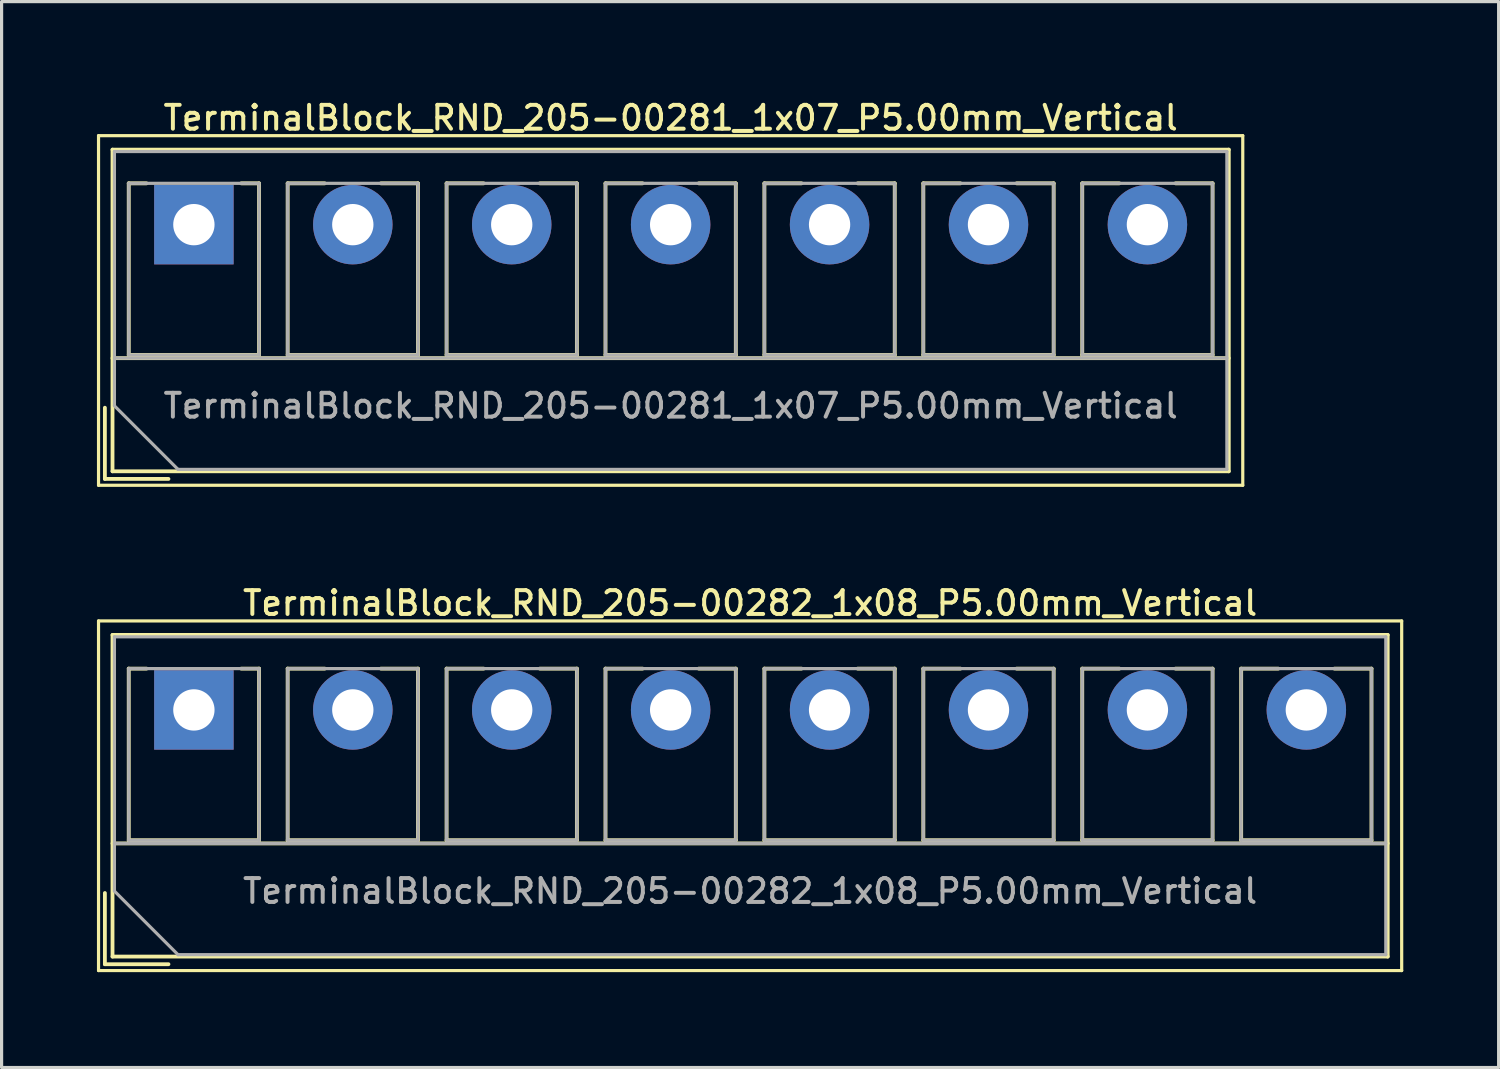
<source format=kicad_pcb>
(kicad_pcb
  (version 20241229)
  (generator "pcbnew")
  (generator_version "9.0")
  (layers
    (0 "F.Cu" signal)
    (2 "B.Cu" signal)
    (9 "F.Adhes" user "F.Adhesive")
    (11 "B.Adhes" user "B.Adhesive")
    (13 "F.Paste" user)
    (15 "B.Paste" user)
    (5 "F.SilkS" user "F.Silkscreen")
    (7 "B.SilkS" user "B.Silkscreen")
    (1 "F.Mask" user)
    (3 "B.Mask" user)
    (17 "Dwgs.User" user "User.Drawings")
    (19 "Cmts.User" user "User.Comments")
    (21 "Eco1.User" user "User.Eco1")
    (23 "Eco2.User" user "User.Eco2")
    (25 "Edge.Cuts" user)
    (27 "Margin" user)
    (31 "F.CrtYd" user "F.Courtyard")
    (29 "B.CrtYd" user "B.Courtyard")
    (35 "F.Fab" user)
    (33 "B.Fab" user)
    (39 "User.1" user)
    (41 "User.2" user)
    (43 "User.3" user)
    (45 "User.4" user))
  (footprint "TerminalBlock_RND_205-00281_1x07_P5.00mm_Vertical"
    (layer "F.Cu")
    (at 3.05 4.018)
    (property "Reference" "TerminalBlock_RND_205-00281_1x07_P5.00mm_Vertical" (at 15 -3.36 0) (layer "F.SilkS") (effects (font (size 0.75 0.75) (thickness 0.125))))
    (attr through_hole)
    (fp_line (start -3 -2.8) (end -3 8.2) (stroke (width 0.1) (type solid)) (layer "F.SilkS"))
    (fp_line (start -3 8.2) (end 33 8.2) (stroke (width 0.1) (type solid)) (layer "F.SilkS"))
    (fp_line (start -2.8 5.76) (end -2.8 8) (stroke (width 0.12) (type solid)) (layer "F.SilkS"))
    (fp_line (start -2.8 8) (end -0.8 8) (stroke (width 0.12) (type solid)) (layer "F.SilkS"))
    (fp_line (start -2.56 -2.36) (end -2.56 7.76) (stroke (width 0.12) (type solid)) (layer "F.SilkS"))
    (fp_line (start -2.56 -2.36) (end 32.56 -2.36) (stroke (width 0.12) (type solid)) (layer "F.SilkS"))
    (fp_line (start -2.56 4.2) (end 32.56 4.2) (stroke (width 0.12) (type solid)) (layer "F.SilkS"))
    (fp_line (start -2.56 7.76) (end 32.56 7.76) (stroke (width 0.12) (type solid)) (layer "F.SilkS"))
    (fp_line (start -2.05 -1.3) (end -2.05 4.1) (stroke (width 0.12) (type solid)) (layer "F.SilkS"))
    (fp_line (start -2.05 -1.3) (end -1.49 -1.3) (stroke (width 0.12) (type solid)) (layer "F.SilkS"))
    (fp_line (start -2.05 4.1) (end 2.05 4.1) (stroke (width 0.12) (type solid)) (layer "F.SilkS"))
    (fp_line (start 1.49 -1.3) (end 2.05 -1.3) (stroke (width 0.12) (type solid)) (layer "F.SilkS"))
    (fp_line (start 2.05 -1.3) (end 2.05 4.1) (stroke (width 0.12) (type solid)) (layer "F.SilkS"))
    (fp_line (start 2.95 -1.3) (end 2.95 4.1) (stroke (width 0.12) (type solid)) (layer "F.SilkS"))
    (fp_line (start 2.95 -1.3) (end 4.117 -1.3) (stroke (width 0.12) (type solid)) (layer "F.SilkS"))
    (fp_line (start 2.95 4.1) (end 7.05 4.1) (stroke (width 0.12) (type solid)) (layer "F.SilkS"))
    (fp_line (start 5.884 -1.3) (end 7.05 -1.3) (stroke (width 0.12) (type solid)) (layer "F.SilkS"))
    (fp_line (start 7.05 -1.3) (end 7.05 4.1) (stroke (width 0.12) (type solid)) (layer "F.SilkS"))
    (fp_line (start 7.95 -1.3) (end 7.95 4.1) (stroke (width 0.12) (type solid)) (layer "F.SilkS"))
    (fp_line (start 7.95 -1.3) (end 9.117 -1.3) (stroke (width 0.12) (type solid)) (layer "F.SilkS"))
    (fp_line (start 7.95 4.1) (end 12.05 4.1) (stroke (width 0.12) (type solid)) (layer "F.SilkS"))
    (fp_line (start 10.884 -1.3) (end 12.05 -1.3) (stroke (width 0.12) (type solid)) (layer "F.SilkS"))
    (fp_line (start 12.05 -1.3) (end 12.05 4.1) (stroke (width 0.12) (type solid)) (layer "F.SilkS"))
    (fp_line (start 12.95 -1.3) (end 12.95 4.1) (stroke (width 0.12) (type solid)) (layer "F.SilkS"))
    (fp_line (start 12.95 -1.3) (end 14.117 -1.3) (stroke (width 0.12) (type solid)) (layer "F.SilkS"))
    (fp_line (start 12.95 4.1) (end 17.05 4.1) (stroke (width 0.12) (type solid)) (layer "F.SilkS"))
    (fp_line (start 15.884 -1.3) (end 17.05 -1.3) (stroke (width 0.12) (type solid)) (layer "F.SilkS"))
    (fp_line (start 17.05 -1.3) (end 17.05 4.1) (stroke (width 0.12) (type solid)) (layer "F.SilkS"))
    (fp_line (start 17.95 -1.3) (end 17.95 4.1) (stroke (width 0.12) (type solid)) (layer "F.SilkS"))
    (fp_line (start 17.95 -1.3) (end 19.117 -1.3) (stroke (width 0.12) (type solid)) (layer "F.SilkS"))
    (fp_line (start 17.95 4.1) (end 22.05 4.1) (stroke (width 0.12) (type solid)) (layer "F.SilkS"))
    (fp_line (start 20.884 -1.3) (end 22.05 -1.3) (stroke (width 0.12) (type solid)) (layer "F.SilkS"))
    (fp_line (start 22.05 -1.3) (end 22.05 4.1) (stroke (width 0.12) (type solid)) (layer "F.SilkS"))
    (fp_line (start 22.95 -1.3) (end 22.95 4.1) (stroke (width 0.12) (type solid)) (layer "F.SilkS"))
    (fp_line (start 22.95 -1.3) (end 24.117 -1.3) (stroke (width 0.12) (type solid)) (layer "F.SilkS"))
    (fp_line (start 22.95 4.1) (end 27.05 4.1) (stroke (width 0.12) (type solid)) (layer "F.SilkS"))
    (fp_line (start 25.884 -1.3) (end 27.05 -1.3) (stroke (width 0.12) (type solid)) (layer "F.SilkS"))
    (fp_line (start 27.05 -1.3) (end 27.05 4.1) (stroke (width 0.12) (type solid)) (layer "F.SilkS"))
    (fp_line (start 27.95 -1.3) (end 27.95 4.1) (stroke (width 0.12) (type solid)) (layer "F.SilkS"))
    (fp_line (start 27.95 -1.3) (end 29.117 -1.3) (stroke (width 0.12) (type solid)) (layer "F.SilkS"))
    (fp_line (start 27.95 4.1) (end 32.05 4.1) (stroke (width 0.12) (type solid)) (layer "F.SilkS"))
    (fp_line (start 30.884 -1.3) (end 32.05 -1.3) (stroke (width 0.12) (type solid)) (layer "F.SilkS"))
    (fp_line (start 32.05 -1.3) (end 32.05 4.1) (stroke (width 0.12) (type solid)) (layer "F.SilkS"))
    (fp_line (start 32.56 -2.36) (end 32.56 7.76) (stroke (width 0.12) (type solid)) (layer "F.SilkS"))
    (fp_line (start 33 -2.8) (end -3 -2.8) (stroke (width 0.1) (type solid)) (layer "F.SilkS"))
    (fp_line (start 33 8.2) (end 33 -2.8) (stroke (width 0.1) (type solid)) (layer "F.SilkS"))
    (fp_line (start -2.5 -2.3) (end 32.5 -2.3) (stroke (width 0.1) (type solid)) (layer "F.Fab"))
    (fp_line (start -2.5 4.2) (end 32.5 4.2) (stroke (width 0.1) (type solid)) (layer "F.Fab"))
    (fp_line (start -2.5 5.7) (end -2.5 -2.3) (stroke (width 0.1) (type solid)) (layer "F.Fab"))
    (fp_line (start -2.05 -1.3) (end -2.05 4.1) (stroke (width 0.1) (type solid)) (layer "F.Fab"))
    (fp_line (start -2.05 4.1) (end 2.05 4.1) (stroke (width 0.1) (type solid)) (layer "F.Fab"))
    (fp_line (start -0.5 7.7) (end -2.5 5.7) (stroke (width 0.1) (type solid)) (layer "F.Fab"))
    (fp_line (start 2.05 -1.3) (end -2.05 -1.3) (stroke (width 0.1) (type solid)) (layer "F.Fab"))
    (fp_line (start 2.05 4.1) (end 2.05 -1.3) (stroke (width 0.1) (type solid)) (layer "F.Fab"))
    (fp_line (start 2.95 -1.3) (end 2.95 4.1) (stroke (width 0.1) (type solid)) (layer "F.Fab"))
    (fp_line (start 2.95 4.1) (end 7.05 4.1) (stroke (width 0.1) (type solid)) (layer "F.Fab"))
    (fp_line (start 7.05 -1.3) (end 2.95 -1.3) (stroke (width 0.1) (type solid)) (layer "F.Fab"))
    (fp_line (start 7.05 4.1) (end 7.05 -1.3) (stroke (width 0.1) (type solid)) (layer "F.Fab"))
    (fp_line (start 7.95 -1.3) (end 7.95 4.1) (stroke (width 0.1) (type solid)) (layer "F.Fab"))
    (fp_line (start 7.95 4.1) (end 12.05 4.1) (stroke (width 0.1) (type solid)) (layer "F.Fab"))
    (fp_line (start 12.05 -1.3) (end 7.95 -1.3) (stroke (width 0.1) (type solid)) (layer "F.Fab"))
    (fp_line (start 12.05 4.1) (end 12.05 -1.3) (stroke (width 0.1) (type solid)) (layer "F.Fab"))
    (fp_line (start 12.95 -1.3) (end 12.95 4.1) (stroke (width 0.1) (type solid)) (layer "F.Fab"))
    (fp_line (start 12.95 4.1) (end 17.05 4.1) (stroke (width 0.1) (type solid)) (layer "F.Fab"))
    (fp_line (start 17.05 -1.3) (end 12.95 -1.3) (stroke (width 0.1) (type solid)) (layer "F.Fab"))
    (fp_line (start 17.05 4.1) (end 17.05 -1.3) (stroke (width 0.1) (type solid)) (layer "F.Fab"))
    (fp_line (start 17.95 -1.3) (end 17.95 4.1) (stroke (width 0.1) (type solid)) (layer "F.Fab"))
    (fp_line (start 17.95 4.1) (end 22.05 4.1) (stroke (width 0.1) (type solid)) (layer "F.Fab"))
    (fp_line (start 22.05 -1.3) (end 17.95 -1.3) (stroke (width 0.1) (type solid)) (layer "F.Fab"))
    (fp_line (start 22.05 4.1) (end 22.05 -1.3) (stroke (width 0.1) (type solid)) (layer "F.Fab"))
    (fp_line (start 22.95 -1.3) (end 22.95 4.1) (stroke (width 0.1) (type solid)) (layer "F.Fab"))
    (fp_line (start 22.95 4.1) (end 27.05 4.1) (stroke (width 0.1) (type solid)) (layer "F.Fab"))
    (fp_line (start 27.05 -1.3) (end 22.95 -1.3) (stroke (width 0.1) (type solid)) (layer "F.Fab"))
    (fp_line (start 27.05 4.1) (end 27.05 -1.3) (stroke (width 0.1) (type solid)) (layer "F.Fab"))
    (fp_line (start 27.95 -1.3) (end 27.95 4.1) (stroke (width 0.1) (type solid)) (layer "F.Fab"))
    (fp_line (start 27.95 4.1) (end 32.05 4.1) (stroke (width 0.1) (type solid)) (layer "F.Fab"))
    (fp_line (start 32.05 -1.3) (end 27.95 -1.3) (stroke (width 0.1) (type solid)) (layer "F.Fab"))
    (fp_line (start 32.05 4.1) (end 32.05 -1.3) (stroke (width 0.1) (type solid)) (layer "F.Fab"))
    (fp_line (start 32.5 -2.3) (end 32.5 7.7) (stroke (width 0.1) (type solid)) (layer "F.Fab"))
    (fp_line (start 32.5 7.7) (end -0.5 7.7) (stroke (width 0.1) (type solid)) (layer "F.Fab"))
    (fp_text user "${REFERENCE}" (at 15 5.7 0) (layer "F.Fab") (effects (font (size 0.75 0.75) (thickness 0.125))))
    (pad "1" thru_hole rect (at 0 0) (size 2.5 2.5) (drill 1.3) (layers "*.Cu" "*.Mask"))
    (pad "2" thru_hole circle (at 5 0) (size 2.5 2.5) (drill 1.3) (layers "*.Cu" "*.Mask"))
    (pad "3" thru_hole circle (at 10 0) (size 2.5 2.5) (drill 1.3) (layers "*.Cu" "*.Mask"))
    (pad "4" thru_hole circle (at 15 0) (size 2.5 2.5) (drill 1.3) (layers "*.Cu" "*.Mask"))
    (pad "5" thru_hole circle (at 20 0) (size 2.5 2.5) (drill 1.3) (layers "*.Cu" "*.Mask"))
    (pad "6" thru_hole circle (at 25 0) (size 2.5 2.5) (drill 1.3) (layers "*.Cu" "*.Mask"))
    (pad "7" thru_hole circle (at 30 0) (size 2.5 2.5) (drill 1.3) (layers "*.Cu" "*.Mask")))
  (footprint "TerminalBlock_RND_205-00282_1x08_P5.00mm_Vertical"
    (layer "F.Cu")
    (at 3.05 19.286)
    (property "Reference" "TerminalBlock_RND_205-00282_1x08_P5.00mm_Vertical" (at 17.5 -3.36 0) (layer "F.SilkS") (effects (font (size 0.75 0.75) (thickness 0.125))))
    (attr through_hole)
    (fp_line (start -3 -2.8) (end -3 8.2) (stroke (width 0.1) (type solid)) (layer "F.SilkS"))
    (fp_line (start -3 8.2) (end 38 8.2) (stroke (width 0.1) (type solid)) (layer "F.SilkS"))
    (fp_line (start -2.8 5.76) (end -2.8 8) (stroke (width 0.12) (type solid)) (layer "F.SilkS"))
    (fp_line (start -2.8 8) (end -0.8 8) (stroke (width 0.12) (type solid)) (layer "F.SilkS"))
    (fp_line (start -2.56 -2.36) (end -2.56 7.76) (stroke (width 0.12) (type solid)) (layer "F.SilkS"))
    (fp_line (start -2.56 -2.36) (end 37.56 -2.36) (stroke (width 0.12) (type solid)) (layer "F.SilkS"))
    (fp_line (start -2.56 4.2) (end 37.56 4.2) (stroke (width 0.12) (type solid)) (layer "F.SilkS"))
    (fp_line (start -2.56 7.76) (end 37.56 7.76) (stroke (width 0.12) (type solid)) (layer "F.SilkS"))
    (fp_line (start -2.05 -1.3) (end -2.05 4.1) (stroke (width 0.12) (type solid)) (layer "F.SilkS"))
    (fp_line (start -2.05 -1.3) (end -1.49 -1.3) (stroke (width 0.12) (type solid)) (layer "F.SilkS"))
    (fp_line (start -2.05 4.1) (end 2.05 4.1) (stroke (width 0.12) (type solid)) (layer "F.SilkS"))
    (fp_line (start 1.49 -1.3) (end 2.05 -1.3) (stroke (width 0.12) (type solid)) (layer "F.SilkS"))
    (fp_line (start 2.05 -1.3) (end 2.05 4.1) (stroke (width 0.12) (type solid)) (layer "F.SilkS"))
    (fp_line (start 2.95 -1.3) (end 2.95 4.1) (stroke (width 0.12) (type solid)) (layer "F.SilkS"))
    (fp_line (start 2.95 -1.3) (end 4.117 -1.3) (stroke (width 0.12) (type solid)) (layer "F.SilkS"))
    (fp_line (start 2.95 4.1) (end 7.05 4.1) (stroke (width 0.12) (type solid)) (layer "F.SilkS"))
    (fp_line (start 5.884 -1.3) (end 7.05 -1.3) (stroke (width 0.12) (type solid)) (layer "F.SilkS"))
    (fp_line (start 7.05 -1.3) (end 7.05 4.1) (stroke (width 0.12) (type solid)) (layer "F.SilkS"))
    (fp_line (start 7.95 -1.3) (end 7.95 4.1) (stroke (width 0.12) (type solid)) (layer "F.SilkS"))
    (fp_line (start 7.95 -1.3) (end 9.117 -1.3) (stroke (width 0.12) (type solid)) (layer "F.SilkS"))
    (fp_line (start 7.95 4.1) (end 12.05 4.1) (stroke (width 0.12) (type solid)) (layer "F.SilkS"))
    (fp_line (start 10.884 -1.3) (end 12.05 -1.3) (stroke (width 0.12) (type solid)) (layer "F.SilkS"))
    (fp_line (start 12.05 -1.3) (end 12.05 4.1) (stroke (width 0.12) (type solid)) (layer "F.SilkS"))
    (fp_line (start 12.95 -1.3) (end 12.95 4.1) (stroke (width 0.12) (type solid)) (layer "F.SilkS"))
    (fp_line (start 12.95 -1.3) (end 14.117 -1.3) (stroke (width 0.12) (type solid)) (layer "F.SilkS"))
    (fp_line (start 12.95 4.1) (end 17.05 4.1) (stroke (width 0.12) (type solid)) (layer "F.SilkS"))
    (fp_line (start 15.884 -1.3) (end 17.05 -1.3) (stroke (width 0.12) (type solid)) (layer "F.SilkS"))
    (fp_line (start 17.05 -1.3) (end 17.05 4.1) (stroke (width 0.12) (type solid)) (layer "F.SilkS"))
    (fp_line (start 17.95 -1.3) (end 17.95 4.1) (stroke (width 0.12) (type solid)) (layer "F.SilkS"))
    (fp_line (start 17.95 -1.3) (end 19.117 -1.3) (stroke (width 0.12) (type solid)) (layer "F.SilkS"))
    (fp_line (start 17.95 4.1) (end 22.05 4.1) (stroke (width 0.12) (type solid)) (layer "F.SilkS"))
    (fp_line (start 20.884 -1.3) (end 22.05 -1.3) (stroke (width 0.12) (type solid)) (layer "F.SilkS"))
    (fp_line (start 22.05 -1.3) (end 22.05 4.1) (stroke (width 0.12) (type solid)) (layer "F.SilkS"))
    (fp_line (start 22.95 -1.3) (end 22.95 4.1) (stroke (width 0.12) (type solid)) (layer "F.SilkS"))
    (fp_line (start 22.95 -1.3) (end 24.117 -1.3) (stroke (width 0.12) (type solid)) (layer "F.SilkS"))
    (fp_line (start 22.95 4.1) (end 27.05 4.1) (stroke (width 0.12) (type solid)) (layer "F.SilkS"))
    (fp_line (start 25.884 -1.3) (end 27.05 -1.3) (stroke (width 0.12) (type solid)) (layer "F.SilkS"))
    (fp_line (start 27.05 -1.3) (end 27.05 4.1) (stroke (width 0.12) (type solid)) (layer "F.SilkS"))
    (fp_line (start 27.95 -1.3) (end 27.95 4.1) (stroke (width 0.12) (type solid)) (layer "F.SilkS"))
    (fp_line (start 27.95 -1.3) (end 29.117 -1.3) (stroke (width 0.12) (type solid)) (layer "F.SilkS"))
    (fp_line (start 27.95 4.1) (end 32.05 4.1) (stroke (width 0.12) (type solid)) (layer "F.SilkS"))
    (fp_line (start 30.884 -1.3) (end 32.05 -1.3) (stroke (width 0.12) (type solid)) (layer "F.SilkS"))
    (fp_line (start 32.05 -1.3) (end 32.05 4.1) (stroke (width 0.12) (type solid)) (layer "F.SilkS"))
    (fp_line (start 32.95 -1.3) (end 32.95 4.1) (stroke (width 0.12) (type solid)) (layer "F.SilkS"))
    (fp_line (start 32.95 -1.3) (end 34.117 -1.3) (stroke (width 0.12) (type solid)) (layer "F.SilkS"))
    (fp_line (start 32.95 4.1) (end 37.05 4.1) (stroke (width 0.12) (type solid)) (layer "F.SilkS"))
    (fp_line (start 35.884 -1.3) (end 37.05 -1.3) (stroke (width 0.12) (type solid)) (layer "F.SilkS"))
    (fp_line (start 37.05 -1.3) (end 37.05 4.1) (stroke (width 0.12) (type solid)) (layer "F.SilkS"))
    (fp_line (start 37.56 -2.36) (end 37.56 7.76) (stroke (width 0.12) (type solid)) (layer "F.SilkS"))
    (fp_line (start 38 -2.8) (end -3 -2.8) (stroke (width 0.1) (type solid)) (layer "F.SilkS"))
    (fp_line (start 38 8.2) (end 38 -2.8) (stroke (width 0.1) (type solid)) (layer "F.SilkS"))
    (fp_line (start -2.5 -2.3) (end 37.5 -2.3) (stroke (width 0.1) (type solid)) (layer "F.Fab"))
    (fp_line (start -2.5 4.2) (end 37.5 4.2) (stroke (width 0.1) (type solid)) (layer "F.Fab"))
    (fp_line (start -2.5 5.7) (end -2.5 -2.3) (stroke (width 0.1) (type solid)) (layer "F.Fab"))
    (fp_line (start -2.05 -1.3) (end -2.05 4.1) (stroke (width 0.1) (type solid)) (layer "F.Fab"))
    (fp_line (start -2.05 4.1) (end 2.05 4.1) (stroke (width 0.1) (type solid)) (layer "F.Fab"))
    (fp_line (start -0.5 7.7) (end -2.5 5.7) (stroke (width 0.1) (type solid)) (layer "F.Fab"))
    (fp_line (start 2.05 -1.3) (end -2.05 -1.3) (stroke (width 0.1) (type solid)) (layer "F.Fab"))
    (fp_line (start 2.05 4.1) (end 2.05 -1.3) (stroke (width 0.1) (type solid)) (layer "F.Fab"))
    (fp_line (start 2.95 -1.3) (end 2.95 4.1) (stroke (width 0.1) (type solid)) (layer "F.Fab"))
    (fp_line (start 2.95 4.1) (end 7.05 4.1) (stroke (width 0.1) (type solid)) (layer "F.Fab"))
    (fp_line (start 7.05 -1.3) (end 2.95 -1.3) (stroke (width 0.1) (type solid)) (layer "F.Fab"))
    (fp_line (start 7.05 4.1) (end 7.05 -1.3) (stroke (width 0.1) (type solid)) (layer "F.Fab"))
    (fp_line (start 7.95 -1.3) (end 7.95 4.1) (stroke (width 0.1) (type solid)) (layer "F.Fab"))
    (fp_line (start 7.95 4.1) (end 12.05 4.1) (stroke (width 0.1) (type solid)) (layer "F.Fab"))
    (fp_line (start 12.05 -1.3) (end 7.95 -1.3) (stroke (width 0.1) (type solid)) (layer "F.Fab"))
    (fp_line (start 12.05 4.1) (end 12.05 -1.3) (stroke (width 0.1) (type solid)) (layer "F.Fab"))
    (fp_line (start 12.95 -1.3) (end 12.95 4.1) (stroke (width 0.1) (type solid)) (layer "F.Fab"))
    (fp_line (start 12.95 4.1) (end 17.05 4.1) (stroke (width 0.1) (type solid)) (layer "F.Fab"))
    (fp_line (start 17.05 -1.3) (end 12.95 -1.3) (stroke (width 0.1) (type solid)) (layer "F.Fab"))
    (fp_line (start 17.05 4.1) (end 17.05 -1.3) (stroke (width 0.1) (type solid)) (layer "F.Fab"))
    (fp_line (start 17.95 -1.3) (end 17.95 4.1) (stroke (width 0.1) (type solid)) (layer "F.Fab"))
    (fp_line (start 17.95 4.1) (end 22.05 4.1) (stroke (width 0.1) (type solid)) (layer "F.Fab"))
    (fp_line (start 22.05 -1.3) (end 17.95 -1.3) (stroke (width 0.1) (type solid)) (layer "F.Fab"))
    (fp_line (start 22.05 4.1) (end 22.05 -1.3) (stroke (width 0.1) (type solid)) (layer "F.Fab"))
    (fp_line (start 22.95 -1.3) (end 22.95 4.1) (stroke (width 0.1) (type solid)) (layer "F.Fab"))
    (fp_line (start 22.95 4.1) (end 27.05 4.1) (stroke (width 0.1) (type solid)) (layer "F.Fab"))
    (fp_line (start 27.05 -1.3) (end 22.95 -1.3) (stroke (width 0.1) (type solid)) (layer "F.Fab"))
    (fp_line (start 27.05 4.1) (end 27.05 -1.3) (stroke (width 0.1) (type solid)) (layer "F.Fab"))
    (fp_line (start 27.95 -1.3) (end 27.95 4.1) (stroke (width 0.1) (type solid)) (layer "F.Fab"))
    (fp_line (start 27.95 4.1) (end 32.05 4.1) (stroke (width 0.1) (type solid)) (layer "F.Fab"))
    (fp_line (start 32.05 -1.3) (end 27.95 -1.3) (stroke (width 0.1) (type solid)) (layer "F.Fab"))
    (fp_line (start 32.05 4.1) (end 32.05 -1.3) (stroke (width 0.1) (type solid)) (layer "F.Fab"))
    (fp_line (start 32.95 -1.3) (end 32.95 4.1) (stroke (width 0.1) (type solid)) (layer "F.Fab"))
    (fp_line (start 32.95 4.1) (end 37.05 4.1) (stroke (width 0.1) (type solid)) (layer "F.Fab"))
    (fp_line (start 37.05 -1.3) (end 32.95 -1.3) (stroke (width 0.1) (type solid)) (layer "F.Fab"))
    (fp_line (start 37.05 4.1) (end 37.05 -1.3) (stroke (width 0.1) (type solid)) (layer "F.Fab"))
    (fp_line (start 37.5 -2.3) (end 37.5 7.7) (stroke (width 0.1) (type solid)) (layer "F.Fab"))
    (fp_line (start 37.5 7.7) (end -0.5 7.7) (stroke (width 0.1) (type solid)) (layer "F.Fab"))
    (fp_text user "${REFERENCE}" (at 17.5 5.7 0) (layer "F.Fab") (effects (font (size 0.75 0.75) (thickness 0.125))))
    (pad "1" thru_hole rect (at 0 0) (size 2.5 2.5) (drill 1.3) (layers "*.Cu" "*.Mask"))
    (pad "2" thru_hole circle (at 5 0) (size 2.5 2.5) (drill 1.3) (layers "*.Cu" "*.Mask"))
    (pad "3" thru_hole circle (at 10 0) (size 2.5 2.5) (drill 1.3) (layers "*.Cu" "*.Mask"))
    (pad "4" thru_hole circle (at 15 0) (size 2.5 2.5) (drill 1.3) (layers "*.Cu" "*.Mask"))
    (pad "5" thru_hole circle (at 20 0) (size 2.5 2.5) (drill 1.3) (layers "*.Cu" "*.Mask"))
    (pad "6" thru_hole circle (at 25 0) (size 2.5 2.5) (drill 1.3) (layers "*.Cu" "*.Mask"))
    (pad "7" thru_hole circle (at 30 0) (size 2.5 2.5) (drill 1.3) (layers "*.Cu" "*.Mask"))
    (pad "8" thru_hole circle (at 35 0) (size 2.5 2.5) (drill 1.3) (layers "*.Cu" "*.Mask")))
  (gr_rect
    (start -3 -3)
    (end 44.1 30.536)
    (stroke (width 0.1) (type default))
    (fill no)
    (layer "Edge.Cuts")))
</source>
